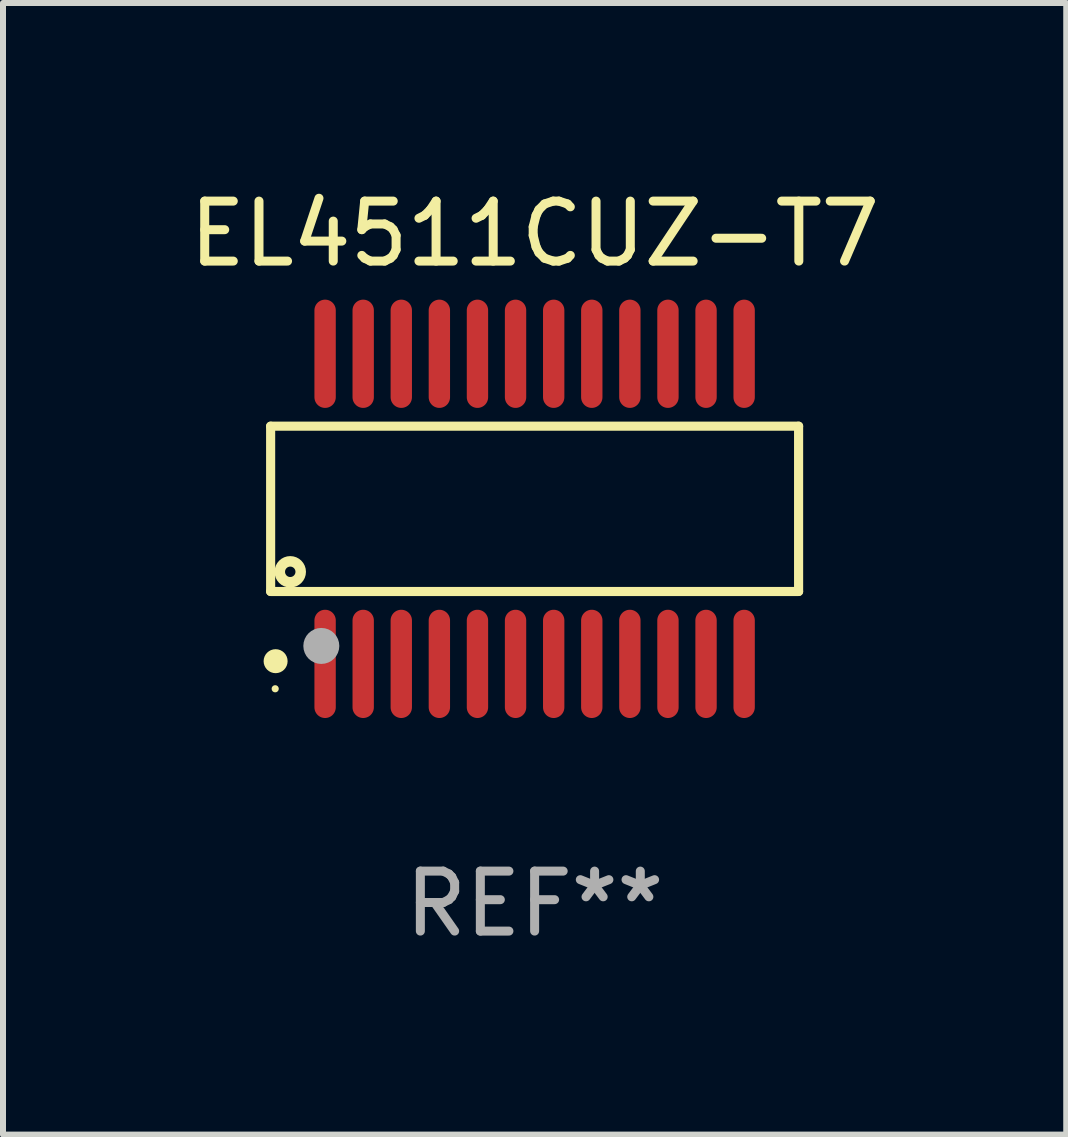
<source format=kicad_pcb>
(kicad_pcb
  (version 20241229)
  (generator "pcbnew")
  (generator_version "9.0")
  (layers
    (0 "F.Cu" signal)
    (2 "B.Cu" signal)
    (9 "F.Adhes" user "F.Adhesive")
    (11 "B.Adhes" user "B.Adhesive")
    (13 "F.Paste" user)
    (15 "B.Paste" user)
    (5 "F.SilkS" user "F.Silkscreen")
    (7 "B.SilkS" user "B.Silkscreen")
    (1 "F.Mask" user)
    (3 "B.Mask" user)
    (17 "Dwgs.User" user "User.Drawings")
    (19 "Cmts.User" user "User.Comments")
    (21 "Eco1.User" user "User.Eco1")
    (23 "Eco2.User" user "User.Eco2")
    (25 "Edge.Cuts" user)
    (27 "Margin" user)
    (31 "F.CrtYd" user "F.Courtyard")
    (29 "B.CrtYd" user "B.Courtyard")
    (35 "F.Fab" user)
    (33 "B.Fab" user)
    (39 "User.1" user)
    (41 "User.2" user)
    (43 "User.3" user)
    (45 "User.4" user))
  (footprint "EL4511CUZ-T7"
    (layer "F.Cu")
    (at 5.863 5.433)
    (property "Reference" "EL4511CUZ-T7" (at 0 -4.585 0) (layer "F.SilkS") (effects (font (size 1 1) (thickness 0.15))))
    (attr through_hole)
    (fp_line (start -4.401 -1.378) (end 4.401 -1.378) (stroke (width 0.152) (type solid)) (layer "F.SilkS"))
    (fp_line (start -4.401 1.378) (end -4.401 -1.378) (stroke (width 0.152) (type solid)) (layer "F.SilkS"))
    (fp_line (start 4.401 -1.378) (end 4.401 1.378) (stroke (width 0.152) (type solid)) (layer "F.SilkS"))
    (fp_line (start 4.401 1.378) (end -4.401 1.378) (stroke (width 0.152) (type solid)) (layer "F.SilkS"))
    (fp_circle (center -4.325 3) (end -4.295 3) (stroke (width 0.06) (type solid)) (fill no) (layer "F.SilkS"))
    (fp_circle (center -4.318 2.54) (end -4.218 2.54) (stroke (width 0.2) (type solid)) (fill no) (layer "F.SilkS"))
    (fp_circle (center -4.074 1.05) (end -3.987 1.05) (stroke (width 0.175) (type solid)) (fill no) (layer "F.SilkS"))
    (fp_circle (center -3.556 2.286) (end -3.406 2.286) (stroke (width 0.3) (type solid)) (fill no) (layer "F.Fab"))
    (fp_text user "REF**" (at 0 6.585 0) (layer "F.Fab") (effects (font (size 1 1) (thickness 0.15))))
    (pad "1" smd oval (at -3.493 2.585) (size 0.356 1.805) (layers "F.Cu" "F.Mask" "F.Paste"))
    (pad "2" smd oval (at -2.858 2.585) (size 0.356 1.805) (layers "F.Cu" "F.Mask" "F.Paste"))
    (pad "3" smd oval (at -2.223 2.585) (size 0.356 1.805) (layers "F.Cu" "F.Mask" "F.Paste"))
    (pad "4" smd oval (at -1.588 2.585) (size 0.356 1.805) (layers "F.Cu" "F.Mask" "F.Paste"))
    (pad "5" smd oval (at -0.953 2.585) (size 0.356 1.805) (layers "F.Cu" "F.Mask" "F.Paste"))
    (pad "6" smd oval (at -0.318 2.585) (size 0.356 1.805) (layers "F.Cu" "F.Mask" "F.Paste"))
    (pad "7" smd oval (at 0.318 2.585) (size 0.356 1.805) (layers "F.Cu" "F.Mask" "F.Paste"))
    (pad "8" smd oval (at 0.953 2.585) (size 0.356 1.805) (layers "F.Cu" "F.Mask" "F.Paste"))
    (pad "9" smd oval (at 1.588 2.585) (size 0.356 1.805) (layers "F.Cu" "F.Mask" "F.Paste"))
    (pad "10" smd oval (at 2.223 2.585) (size 0.356 1.805) (layers "F.Cu" "F.Mask" "F.Paste"))
    (pad "11" smd oval (at 2.858 2.585) (size 0.356 1.805) (layers "F.Cu" "F.Mask" "F.Paste"))
    (pad "12" smd oval (at 3.493 2.585) (size 0.356 1.805) (layers "F.Cu" "F.Mask" "F.Paste"))
    (pad "13" smd oval (at 3.493 -2.585) (size 0.356 1.805) (layers "F.Cu" "F.Mask" "F.Paste"))
    (pad "14" smd oval (at 2.858 -2.585) (size 0.356 1.805) (layers "F.Cu" "F.Mask" "F.Paste"))
    (pad "15" smd oval (at 2.223 -2.585) (size 0.356 1.805) (layers "F.Cu" "F.Mask" "F.Paste"))
    (pad "16" smd oval (at 1.588 -2.585) (size 0.356 1.805) (layers "F.Cu" "F.Mask" "F.Paste"))
    (pad "17" smd oval (at 0.953 -2.585) (size 0.356 1.805) (layers "F.Cu" "F.Mask" "F.Paste"))
    (pad "18" smd oval (at 0.318 -2.585) (size 0.356 1.805) (layers "F.Cu" "F.Mask" "F.Paste"))
    (pad "19" smd oval (at -0.318 -2.585) (size 0.356 1.805) (layers "F.Cu" "F.Mask" "F.Paste"))
    (pad "20" smd oval (at -0.953 -2.585) (size 0.356 1.805) (layers "F.Cu" "F.Mask" "F.Paste"))
    (pad "21" smd oval (at -1.588 -2.585) (size 0.356 1.805) (layers "F.Cu" "F.Mask" "F.Paste"))
    (pad "22" smd oval (at -2.223 -2.585) (size 0.356 1.805) (layers "F.Cu" "F.Mask" "F.Paste"))
    (pad "23" smd oval (at -2.858 -2.585) (size 0.356 1.805) (layers "F.Cu" "F.Mask" "F.Paste"))
    (pad "24" smd oval (at -3.493 -2.585) (size 0.356 1.805) (layers "F.Cu" "F.Mask" "F.Paste")))
  (gr_rect
    (start -3 -3)
    (end 14.726 15.866)
    (stroke (width 0.1) (type default))
    (fill no)
    (layer "Edge.Cuts")))
</source>
